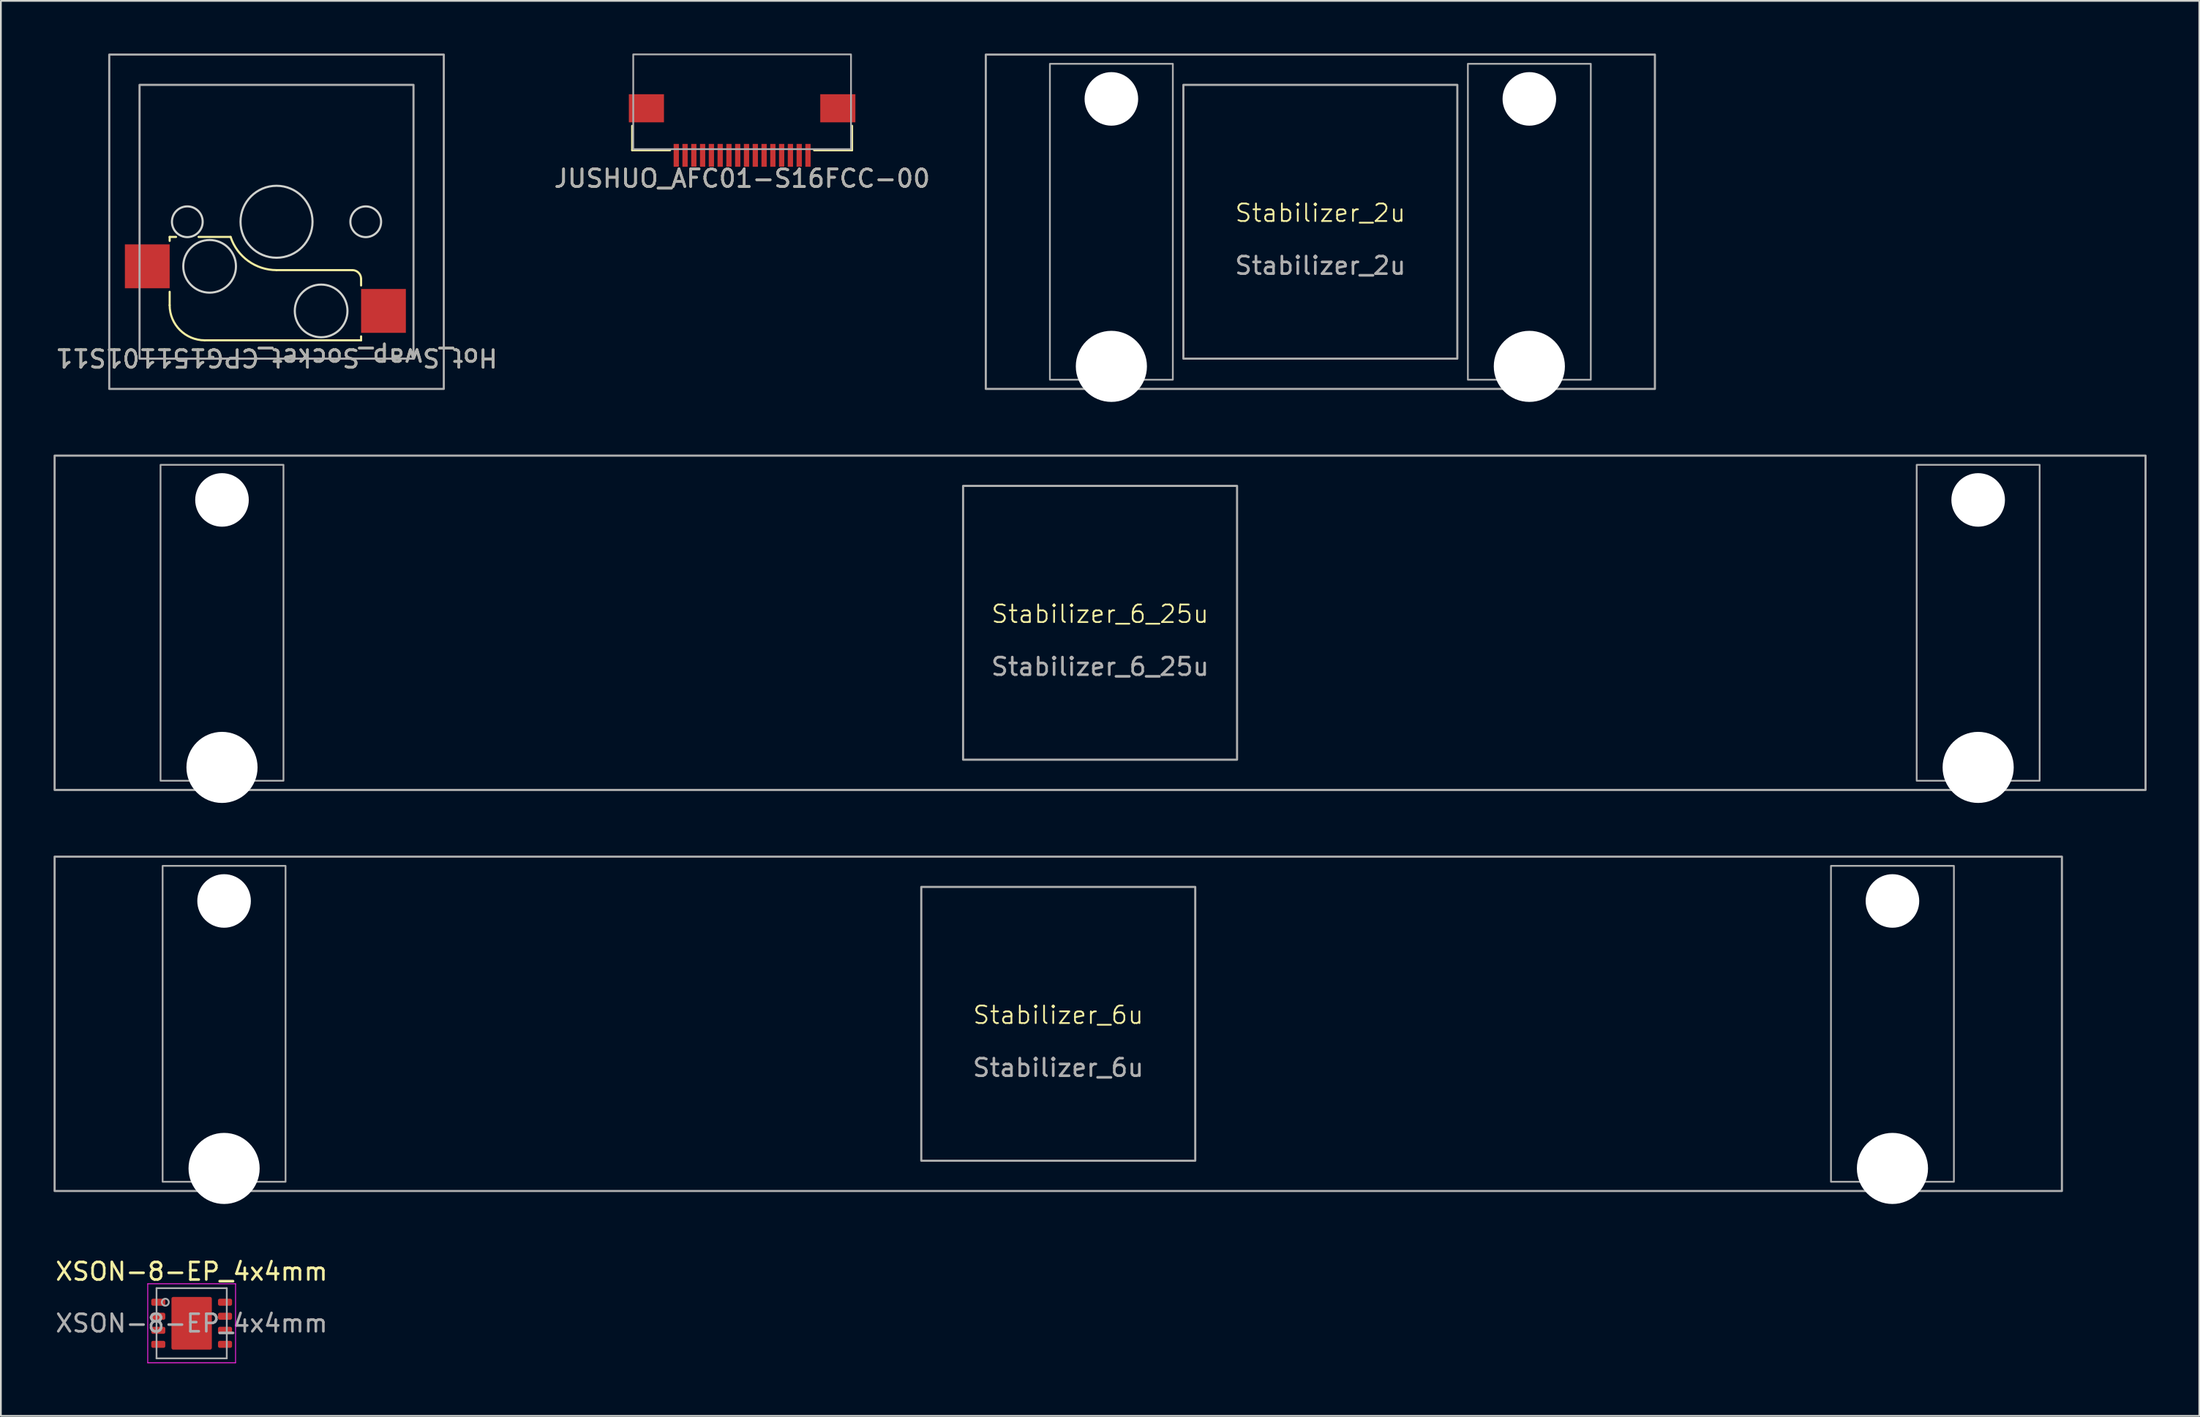
<source format=kicad_pcb>
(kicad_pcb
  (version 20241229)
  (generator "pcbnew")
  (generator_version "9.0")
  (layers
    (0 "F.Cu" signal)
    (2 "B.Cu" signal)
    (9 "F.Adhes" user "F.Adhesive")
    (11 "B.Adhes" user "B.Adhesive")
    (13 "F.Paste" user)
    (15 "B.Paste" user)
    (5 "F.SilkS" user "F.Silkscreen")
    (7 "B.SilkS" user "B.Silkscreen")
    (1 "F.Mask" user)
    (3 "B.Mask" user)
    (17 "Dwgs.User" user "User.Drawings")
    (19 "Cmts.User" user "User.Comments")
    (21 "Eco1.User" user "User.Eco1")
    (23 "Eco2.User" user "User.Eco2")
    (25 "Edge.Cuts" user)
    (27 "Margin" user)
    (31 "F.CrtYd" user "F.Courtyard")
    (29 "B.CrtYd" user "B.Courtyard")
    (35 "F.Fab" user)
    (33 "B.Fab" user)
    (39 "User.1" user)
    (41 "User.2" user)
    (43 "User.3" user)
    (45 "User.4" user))
  (footprint "XSON-8-EP_4x4mm"
    (layer "F.Cu")
    (at 7.863 72.348)
    (property "Reference" "XSON-8-EP_4x4mm" (at 0 -2.95 0) (layer "F.SilkS") (effects (font (size 1 1) (thickness 0.15))))
    (attr smd)
    (fp_line (start -2.5 -2.25) (end -2.5 2.25) (stroke (width 0.05) (type solid)) (layer "F.CrtYd"))
    (fp_line (start -2.5 2.25) (end 2.5 2.25) (stroke (width 0.05) (type solid)) (layer "F.CrtYd"))
    (fp_line (start 2.5 -2.25) (end -2.5 -2.25) (stroke (width 0.05) (type solid)) (layer "F.CrtYd"))
    (fp_line (start 2.5 2.25) (end 2.5 -2.25) (stroke (width 0.05) (type solid)) (layer "F.CrtYd"))
    (fp_line (start -2 -2) (end 2 -2) (stroke (width 0.1) (type solid)) (layer "F.Fab"))
    (fp_line (start -2 2) (end -2 -2) (stroke (width 0.1) (type solid)) (layer "F.Fab"))
    (fp_line (start 2 -2) (end 2 2) (stroke (width 0.1) (type solid)) (layer "F.Fab"))
    (fp_line (start 2 2) (end -2 2) (stroke (width 0.1) (type solid)) (layer "F.Fab"))
    (fp_circle (center -1.5 -1.2) (end -1.3 -1.2) (stroke (width 0.1) (type solid)) (fill no) (layer "F.Fab"))
    (fp_text user "${REFERENCE}" (at 0 0 0) (layer "F.Fab") (effects (font (size 1 1) (thickness 0.15))))
    (pad "1" smd roundrect (at -1.9 -1.2) (size 0.8 0.4) (layers "F.Cu" "F.Mask" "F.Paste") (roundrect_rratio 0.25))
    (pad "2" smd roundrect (at -1.9 -0.4) (size 0.8 0.4) (layers "F.Cu" "F.Mask" "F.Paste") (roundrect_rratio 0.25))
    (pad "3" smd roundrect (at -1.9 0.4) (size 0.8 0.4) (layers "F.Cu" "F.Mask" "F.Paste") (roundrect_rratio 0.25))
    (pad "4" smd roundrect (at -1.9 1.2) (size 0.8 0.4) (layers "F.Cu" "F.Mask" "F.Paste") (roundrect_rratio 0.25))
    (pad "5" smd roundrect (at 1.9 1.2) (size 0.8 0.4) (layers "F.Cu" "F.Mask" "F.Paste") (roundrect_rratio 0.25))
    (pad "6" smd roundrect (at 1.9 0.4) (size 0.8 0.4) (layers "F.Cu" "F.Mask" "F.Paste") (roundrect_rratio 0.25))
    (pad "7" smd roundrect (at 1.9 -0.4) (size 0.8 0.4) (layers "F.Cu" "F.Mask" "F.Paste") (roundrect_rratio 0.25))
    (pad "8" smd roundrect (at 1.9 -1.2) (size 0.8 0.4) (layers "F.Cu" "F.Mask" "F.Paste") (roundrect_rratio 0.25))
    (pad "9" smd roundrect (at 0 0) (size 2.3 3) (layers "F.Cu" "F.Mask" "F.Paste") (roundrect_rratio 0.043)))
  (footprint "Stabilizer_6_25u"
    (layer "F.Cu")
    (at 59.591 32.435)
    (property "Reference" "Stabilizer_6_25u" (at 0 -0.5 0) (unlocked yes) (layer "F.SilkS") (effects (font (size 1 1) (thickness 0.1))))
    (fp_rect (start -59.531 -9.525) (end 59.531 9.525) (stroke (width 0.12) (type solid)) (fill no) (layer "F.Fab"))
    (fp_rect (start -53.5 -9) (end -46.5 9) (stroke (width 0.1) (type default)) (fill no) (layer "F.Fab"))
    (fp_rect (start -7.8 -7.8) (end 7.8 7.8) (stroke (width 0.12) (type solid)) (fill no) (layer "F.Fab"))
    (fp_rect (start 46.5 -9) (end 53.5 9) (stroke (width 0.1) (type default)) (fill no) (layer "F.Fab"))
    (fp_text user "${REFERENCE}" (at 0 2.5 0) (unlocked yes) (layer "F.Fab") (effects (font (size 1 1) (thickness 0.15))))
    (pad "" np_thru_hole circle (at -50 -7) (size 3.05 3.05) (drill 3.05) (layers "*.Cu" "*.Mask"))
    (pad "" np_thru_hole circle (at -50 8.24) (size 4.05 4.05) (drill 4.05) (layers "*.Cu" "*.Mask"))
    (pad "" np_thru_hole circle (at 50 -7) (size 3.05 3.05) (drill 3.05) (layers "*.Cu" "*.Mask"))
    (pad "" np_thru_hole circle (at 50 8.24) (size 4.05 4.05) (drill 4.05) (layers "*.Cu" "*.Mask")))
  (footprint "JUSHUO_AFC01-S16FCC-00"
    (layer "F.Cu")
    (at 39.208 4.535)
    (property "Reference" "JUSHUO_AFC01-S16FCC-00" (at 0 2.585 0) (unlocked yes) (layer "F.SilkS") (effects (font (size 1 1) (thickness 0.15))))
    (attr smd)
    (fp_line (start -6.26 0.975) (end -6.26 -0.415) (stroke (width 0.12) (type default)) (layer "F.SilkS"))
    (fp_line (start -6.26 0.975) (end -4.1 0.975) (stroke (width 0.12) (type default)) (layer "F.SilkS"))
    (fp_line (start 4.1 0.975) (end 6.26 0.975) (stroke (width 0.12) (type default)) (layer "F.SilkS"))
    (fp_line (start 6.26 0.975) (end 6.26 -0.415) (stroke (width 0.12) (type default)) (layer "F.SilkS"))
    (fp_rect (start 6.2 0.915) (end -6.2 -4.485) (stroke (width 0.1) (type solid)) (fill no) (layer "F.Fab"))
    (fp_text user "${REFERENCE}" (at 0 2.585 0) (unlocked yes) (layer "F.Fab") (effects (font (size 1 1) (thickness 0.15))))
    (pad "1" smd rect (at 3.75 1.265 180) (size 0.3 1.3) (layers "F.Cu" "F.Mask" "F.Paste"))
    (pad "2" smd rect (at 3.25 1.265 180) (size 0.3 1.3) (layers "F.Cu" "F.Mask" "F.Paste"))
    (pad "3" smd rect (at 2.75 1.265 180) (size 0.3 1.3) (layers "F.Cu" "F.Mask" "F.Paste"))
    (pad "4" smd rect (at 2.25 1.265 180) (size 0.3 1.3) (layers "F.Cu" "F.Mask" "F.Paste"))
    (pad "5" smd rect (at 1.75 1.265 180) (size 0.3 1.3) (layers "F.Cu" "F.Mask" "F.Paste"))
    (pad "6" smd rect (at 1.25 1.265 180) (size 0.3 1.3) (layers "F.Cu" "F.Mask" "F.Paste"))
    (pad "7" smd rect (at 0.75 1.265 180) (size 0.3 1.3) (layers "F.Cu" "F.Mask" "F.Paste"))
    (pad "8" smd rect (at 0.25 1.265 180) (size 0.3 1.3) (layers "F.Cu" "F.Mask" "F.Paste"))
    (pad "9" smd rect (at -0.25 1.265 180) (size 0.3 1.3) (layers "F.Cu" "F.Mask" "F.Paste"))
    (pad "10" smd rect (at -0.75 1.265 180) (size 0.3 1.3) (layers "F.Cu" "F.Mask" "F.Paste"))
    (pad "11" smd rect (at -1.25 1.265 180) (size 0.3 1.3) (layers "F.Cu" "F.Mask" "F.Paste"))
    (pad "12" smd rect (at -1.75 1.265 180) (size 0.3 1.3) (layers "F.Cu" "F.Mask" "F.Paste"))
    (pad "13" smd rect (at -2.25 1.265 180) (size 0.3 1.3) (layers "F.Cu" "F.Mask" "F.Paste"))
    (pad "14" smd rect (at -2.75 1.265 180) (size 0.3 1.3) (layers "F.Cu" "F.Mask" "F.Paste"))
    (pad "15" smd rect (at -3.25 1.265 180) (size 0.3 1.3) (layers "F.Cu" "F.Mask" "F.Paste"))
    (pad "16" smd rect (at -3.75 1.265 180) (size 0.3 1.3) (layers "F.Cu" "F.Mask" "F.Paste"))
    (pad "MP" smd rect (at -5.45 -1.415 180) (size 2 1.6) (layers "F.Cu" "F.Mask" "F.Paste"))
    (pad "MP" smd rect (at 5.45 -1.415 180) (size 2 1.6) (layers "F.Cu" "F.Mask" "F.Paste")))
  (footprint "Hot_Swap_Socket_CPG151101S11"
    (layer "F.Cu")
    (at 12.061 13.395)
    (property "Reference" "Hot_Swap_Socket_CPG151101S11" (at 0.635 3.937 180) (unlocked yes) (layer "F.SilkS") (effects (font (size 1 1) (thickness 0.15))))
    (attr smd)
    (fp_line (start -5.45 -2.945) (end -5.086 -2.945) (stroke (width 0.12) (type solid)) (layer "F.SilkS"))
    (fp_line (start -5.45 -2.72) (end -5.45 -2.945) (stroke (width 0.12) (type solid)) (layer "F.SilkS"))
    (fp_line (start -5.45 0.945) (end -5.45 0.18) (stroke (width 0.12) (type solid)) (layer "F.SilkS"))
    (fp_line (start -3.45 2.945) (end 5.45 2.945) (stroke (width 0.12) (type solid)) (layer "F.SilkS"))
    (fp_line (start -1.981 -2.945) (end -3.804 -2.945) (stroke (width 0.12) (type solid)) (layer "F.SilkS"))
    (fp_line (start 4.95 -1.055) (end 0.635 -1.055) (stroke (width 0.12) (type solid)) (layer "F.SilkS"))
    (fp_line (start 5.45 -0.18) (end 5.45 -0.555) (stroke (width 0.12) (type solid)) (layer "F.SilkS"))
    (fp_line (start 5.45 2.945) (end 5.45 2.72) (stroke (width 0.12) (type solid)) (layer "F.SilkS"))
    (fp_arc (start -3.45 2.945) (mid -4.864214 2.359214) (end -5.45 0.945) (stroke (width 0.12) (type solid)) (layer "F.SilkS"))
    (fp_arc (start 0.635 -1.055) (mid -0.978555 -1.57699) (end -1.980715 -2.945094) (stroke (width 0.12) (type solid)) (layer "F.SilkS"))
    (fp_arc (start 4.95 -1.055) (mid 5.303553 -0.908553) (end 5.45 -0.555) (stroke (width 0.12) (type solid)) (layer "F.SilkS"))
    (fp_circle (center -4.445 -3.81) (end -5.32 -3.81) (stroke (width 0.12) (type solid)) (fill no) (layer "Edge.Cuts"))
    (fp_circle (center -3.175 -1.27) (end -4.675 -1.27) (stroke (width 0.12) (type solid)) (fill no) (layer "Edge.Cuts"))
    (fp_circle (center 0.635 -3.81) (end -1.415 -3.81) (stroke (width 0.12) (type solid)) (fill no) (layer "Edge.Cuts"))
    (fp_circle (center 3.175 1.27) (end 1.675 1.27) (stroke (width 0.12) (type solid)) (fill no) (layer "Edge.Cuts"))
    (fp_circle (center 5.715 -3.81) (end 4.84 -3.81) (stroke (width 0.12) (type solid)) (fill no) (layer "Edge.Cuts"))
    (fp_rect (start 8.435 3.99) (end -7.165 -11.61) (stroke (width 0.12) (type solid)) (fill no) (layer "F.Fab"))
    (fp_rect (start 10.16 5.715) (end -8.89 -13.335) (stroke (width 0.12) (type solid)) (fill no) (layer "F.Fab"))
    (fp_text user "${REFERENCE}" (at 0.635 3.937 180) (unlocked yes) (layer "F.Fab") (effects (font (size 1 1) (thickness 0.15))))
    (pad "1" smd rect (at 6.725 1.27 180) (size 2.55 2.5) (layers "F.Cu" "F.Mask" "F.Paste"))
    (pad "2" smd rect (at -6.725 -1.27 180) (size 2.55 2.5) (layers "F.Cu" "F.Mask" "F.Paste")))
  (footprint "Stabilizer_2u"
    (layer "F.Cu")
    (at 72.134 9.585)
    (property "Reference" "Stabilizer_2u" (at 0 -0.5 0) (unlocked yes) (layer "F.SilkS") (effects (font (size 1 1) (thickness 0.1))))
    (fp_rect (start -19.05 -9.525) (end 19.05 9.525) (stroke (width 0.12) (type solid)) (fill no) (layer "F.Fab"))
    (fp_rect (start -15.4 -9) (end -8.4 9) (stroke (width 0.1) (type default)) (fill no) (layer "F.Fab"))
    (fp_rect (start -7.8 -7.8) (end 7.8 7.8) (stroke (width 0.12) (type solid)) (fill no) (layer "F.Fab"))
    (fp_rect (start 8.4 -9) (end 15.4 9) (stroke (width 0.1) (type default)) (fill no) (layer "F.Fab"))
    (fp_text user "${REFERENCE}" (at 0 2.5 0) (unlocked yes) (layer "F.Fab") (effects (font (size 1 1) (thickness 0.15))))
    (pad "" np_thru_hole circle (at -11.9 -7) (size 3.05 3.05) (drill 3.05) (layers "*.Cu" "*.Mask"))
    (pad "" np_thru_hole circle (at -11.9 8.24) (size 4.05 4.05) (drill 4.05) (layers "*.Cu" "*.Mask"))
    (pad "" np_thru_hole circle (at 11.9 -7) (size 3.05 3.05) (drill 3.05) (layers "*.Cu" "*.Mask"))
    (pad "" np_thru_hole circle (at 11.9 8.24) (size 4.05 4.05) (drill 4.05) (layers "*.Cu" "*.Mask")))
  (footprint "Stabilizer_6u"
    (layer "F.Cu")
    (at 57.21 55.285)
    (property "Reference" "Stabilizer_6u" (at 0 -0.5 0) (unlocked yes) (layer "F.SilkS") (effects (font (size 1 1) (thickness 0.1))))
    (fp_rect (start -57.15 -9.525) (end 57.15 9.525) (stroke (width 0.12) (type solid)) (fill no) (layer "F.Fab"))
    (fp_rect (start -51 -9) (end -44 9) (stroke (width 0.1) (type default)) (fill no) (layer "F.Fab"))
    (fp_rect (start -7.8 -7.8) (end 7.8 7.8) (stroke (width 0.12) (type solid)) (fill no) (layer "F.Fab"))
    (fp_rect (start 44 -9) (end 51 9) (stroke (width 0.1) (type default)) (fill no) (layer "F.Fab"))
    (fp_text user "${REFERENCE}" (at 0 2.5 0) (unlocked yes) (layer "F.Fab") (effects (font (size 1 1) (thickness 0.15))))
    (pad "" np_thru_hole circle (at -47.5 -7) (size 3.05 3.05) (drill 3.05) (layers "*.Cu" "*.Mask"))
    (pad "" np_thru_hole circle (at -47.5 8.24) (size 4.05 4.05) (drill 4.05) (layers "*.Cu" "*.Mask"))
    (pad "" np_thru_hole circle (at 47.5 -7) (size 3.05 3.05) (drill 3.05) (layers "*.Cu" "*.Mask"))
    (pad "" np_thru_hole circle (at 47.5 8.24) (size 4.05 4.05) (drill 4.05) (layers "*.Cu" "*.Mask")))
  (gr_rect
    (start -3 -3)
    (end 122.183 77.623)
    (stroke (width 0.1) (type default))
    (fill no)
    (layer "Edge.Cuts")))
</source>
